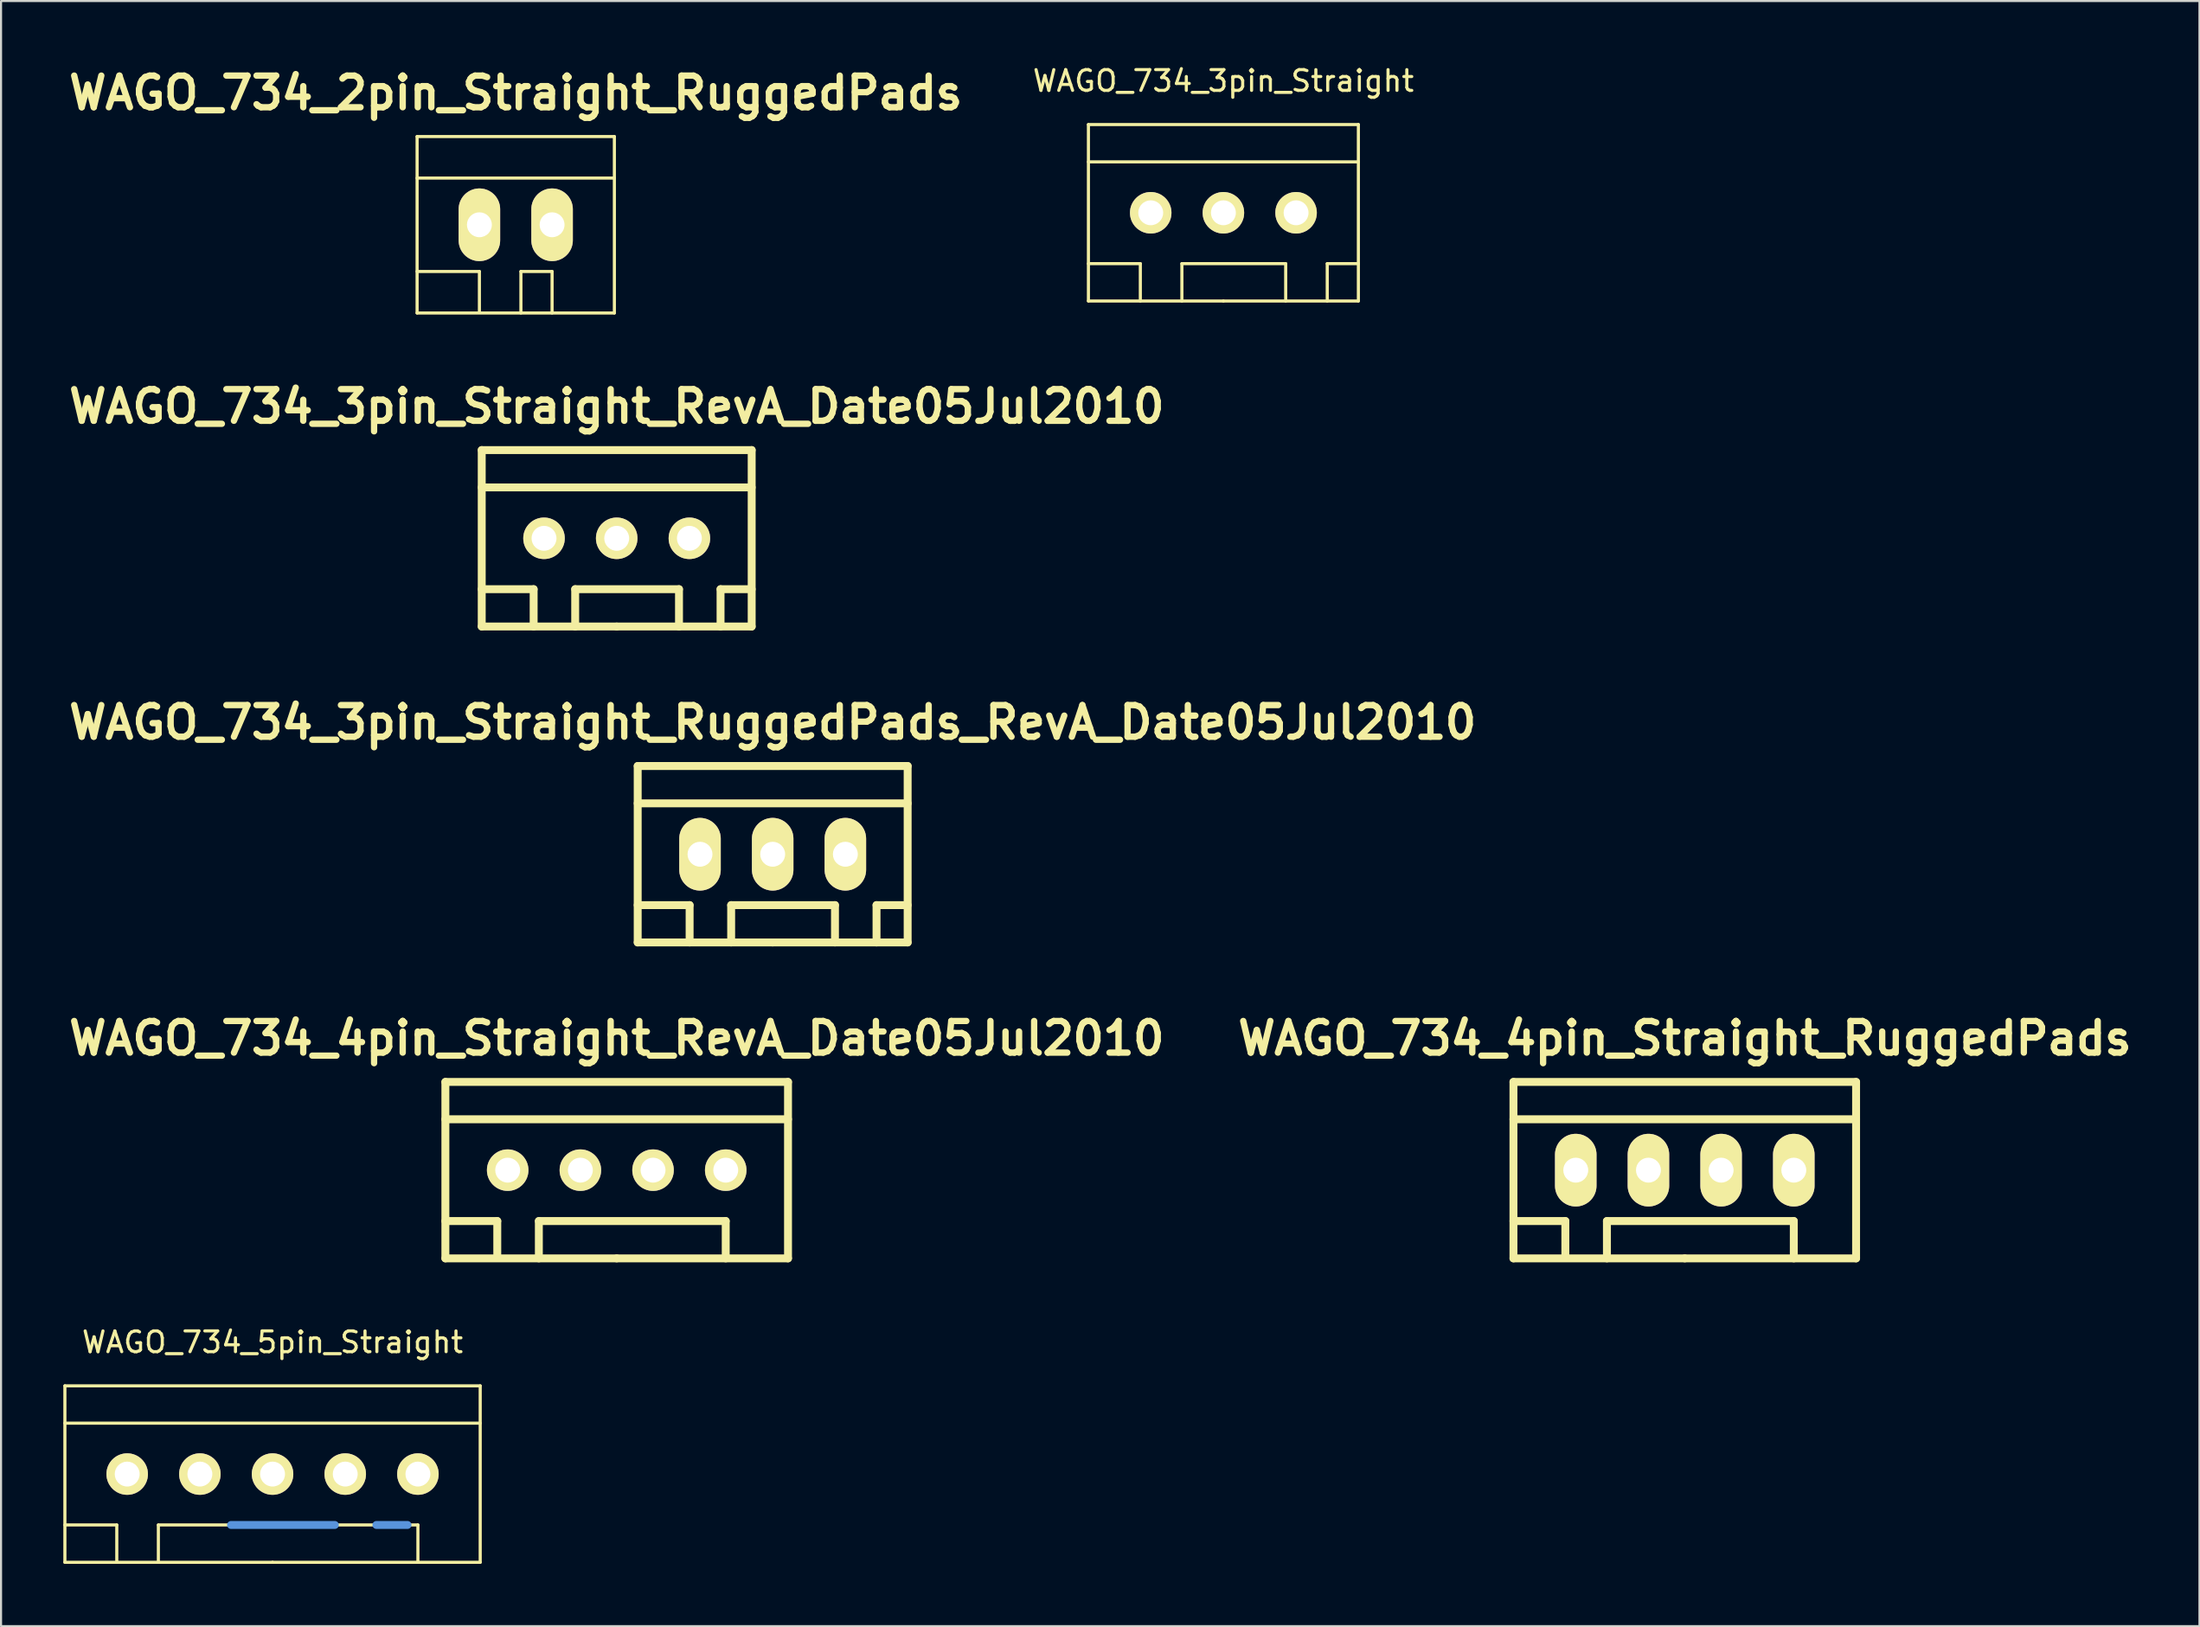
<source format=kicad_pcb>
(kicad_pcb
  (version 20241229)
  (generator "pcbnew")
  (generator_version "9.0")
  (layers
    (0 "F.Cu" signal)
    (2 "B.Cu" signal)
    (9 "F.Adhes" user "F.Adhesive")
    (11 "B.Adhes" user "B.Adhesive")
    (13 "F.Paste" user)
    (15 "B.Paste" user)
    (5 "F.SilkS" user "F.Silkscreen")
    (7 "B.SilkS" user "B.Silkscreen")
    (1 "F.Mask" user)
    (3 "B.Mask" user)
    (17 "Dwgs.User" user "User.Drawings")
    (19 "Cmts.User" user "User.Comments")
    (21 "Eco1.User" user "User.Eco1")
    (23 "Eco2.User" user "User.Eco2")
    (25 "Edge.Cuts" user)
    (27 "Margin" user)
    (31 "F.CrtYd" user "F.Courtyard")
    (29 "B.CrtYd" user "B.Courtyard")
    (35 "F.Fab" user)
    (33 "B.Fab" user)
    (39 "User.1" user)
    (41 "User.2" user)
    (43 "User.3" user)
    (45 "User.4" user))
  (footprint "WAGO_734_3pin_Straight_RuggedPads_RevA_Date05Jul2010"
    (layer "F.Cu")
    (at 34.159 38.094)
    (property "Reference" "WAGO_734_3pin_Straight_RuggedPads_RevA_Date05Jul2010" (at 0 -6.35 0) (layer "F.SilkS") (effects (font (size 1.524 1.524) (thickness 0.305))))
    (attr through_hole)
    (fp_line (start -6.5 -4.249) (end 6.5 -4.249) (stroke (width 0.381) (type solid)) (layer "F.SilkS"))
    (fp_line (start -6.5 -2.451) (end 6.5 -2.451) (stroke (width 0.381) (type solid)) (layer "F.SilkS"))
    (fp_line (start -6.5 2.451) (end -4 2.451) (stroke (width 0.381) (type solid)) (layer "F.SilkS"))
    (fp_line (start -6.5 4.249) (end -6.5 -4.249) (stroke (width 0.381) (type solid)) (layer "F.SilkS"))
    (fp_line (start -4 2.451) (end -4 4.249) (stroke (width 0.381) (type solid)) (layer "F.SilkS"))
    (fp_line (start -1.999 2.451) (end 3 2.451) (stroke (width 0.381) (type solid)) (layer "F.SilkS"))
    (fp_line (start -1.999 4.249) (end -1.999 2.451) (stroke (width 0.381) (type solid)) (layer "F.SilkS"))
    (fp_line (start 0 4.249) (end -6.5 4.249) (stroke (width 0.381) (type solid)) (layer "F.SilkS"))
    (fp_line (start 3 2.451) (end 3 4.249) (stroke (width 0.381) (type solid)) (layer "F.SilkS"))
    (fp_line (start 5.001 2.451) (end 6.5 2.451) (stroke (width 0.381) (type solid)) (layer "F.SilkS"))
    (fp_line (start 5.001 4.249) (end 5.001 2.451) (stroke (width 0.381) (type solid)) (layer "F.SilkS"))
    (fp_line (start 6.5 -4.249) (end 6.5 4.249) (stroke (width 0.381) (type solid)) (layer "F.SilkS"))
    (fp_line (start 6.5 4.249) (end 0 4.249) (stroke (width 0.381) (type solid)) (layer "F.SilkS"))
    (pad "1" thru_hole oval (at -3.5 0) (size 1.999 3.5) (drill 1.199) (layers "*.Cu" "*.Mask" "F.SilkS"))
    (pad "2" thru_hole oval (at 0 0) (size 1.999 3.5) (drill 1.199) (layers "*.Cu" "*.Mask" "F.SilkS"))
    (pad "3" thru_hole oval (at 3.5 0) (size 1.999 3.5) (drill 1.199) (layers "*.Cu" "*.Mask" "F.SilkS")))
  (footprint "WAGO_734_3pin_Straight"
    (layer "F.Cu")
    (at 55.864 7.198)
    (property "Reference" "WAGO_734_3pin_Straight" (at 0 -6.35 0) (layer "F.SilkS") (effects (font (size 1 1) (thickness 0.15))))
    (attr through_hole)
    (fp_line (start -6.5 -4.249) (end 6.5 -4.249) (stroke (width 0.15) (type solid)) (layer "F.SilkS"))
    (fp_line (start -6.5 -2.451) (end 6.5 -2.451) (stroke (width 0.15) (type solid)) (layer "F.SilkS"))
    (fp_line (start -6.5 2.451) (end -4 2.451) (stroke (width 0.15) (type solid)) (layer "F.SilkS"))
    (fp_line (start -6.5 4.249) (end -6.5 -4.249) (stroke (width 0.15) (type solid)) (layer "F.SilkS"))
    (fp_line (start -4 2.451) (end -4 4.249) (stroke (width 0.15) (type solid)) (layer "F.SilkS"))
    (fp_line (start -1.999 2.451) (end 3 2.451) (stroke (width 0.15) (type solid)) (layer "F.SilkS"))
    (fp_line (start -1.999 4.249) (end -1.999 2.451) (stroke (width 0.15) (type solid)) (layer "F.SilkS"))
    (fp_line (start 0 4.249) (end -6.5 4.249) (stroke (width 0.15) (type solid)) (layer "F.SilkS"))
    (fp_line (start 3 2.451) (end 3 4.249) (stroke (width 0.15) (type solid)) (layer "F.SilkS"))
    (fp_line (start 5.001 2.451) (end 6.5 2.451) (stroke (width 0.15) (type solid)) (layer "F.SilkS"))
    (fp_line (start 5.001 4.249) (end 5.001 2.451) (stroke (width 0.15) (type solid)) (layer "F.SilkS"))
    (fp_line (start 6.5 -4.249) (end 6.5 4.249) (stroke (width 0.15) (type solid)) (layer "F.SilkS"))
    (fp_line (start 6.5 4.249) (end 0 4.249) (stroke (width 0.15) (type solid)) (layer "F.SilkS"))
    (pad "1" thru_hole circle (at -3.5 0) (size 1.999 1.999) (drill 1.199) (layers "*.Cu" "*.Mask" "F.SilkS"))
    (pad "2" thru_hole circle (at 0 0) (size 1.999 1.999) (drill 1.199) (layers "*.Cu" "*.Mask" "F.SilkS"))
    (pad "3" thru_hole circle (at 3.5 0) (size 1.999 1.999) (drill 1.199) (layers "*.Cu" "*.Mask" "F.SilkS")))
  (footprint "WAGO_734_2pin_Straight_RuggedPads"
    (layer "F.Cu")
    (at 21.786 7.776)
    (property "Reference" "WAGO_734_2pin_Straight_RuggedPads" (at 0 -6.35 0) (layer "F.SilkS") (effects (font (size 1.524 1.524) (thickness 0.305))))
    (attr through_hole)
    (fp_line (start -4.75 -4.249) (end -4.75 4.249) (stroke (width 0.15) (type solid)) (layer "F.SilkS"))
    (fp_line (start -4.75 -2.25) (end 4.75 -2.25) (stroke (width 0.15) (type solid)) (layer "F.SilkS"))
    (fp_line (start -4.75 2.25) (end -1.75 2.25) (stroke (width 0.15) (type solid)) (layer "F.SilkS"))
    (fp_line (start -4.75 4.249) (end 4.75 4.249) (stroke (width 0.15) (type solid)) (layer "F.SilkS"))
    (fp_line (start -1.75 2.25) (end -1.75 4.201) (stroke (width 0.15) (type solid)) (layer "F.SilkS"))
    (fp_line (start 0.249 2.25) (end 1.75 2.25) (stroke (width 0.15) (type solid)) (layer "F.SilkS"))
    (fp_line (start 0.249 4.249) (end 0.249 2.25) (stroke (width 0.15) (type solid)) (layer "F.SilkS"))
    (fp_line (start 1.75 2.25) (end 1.75 4.249) (stroke (width 0.15) (type solid)) (layer "F.SilkS"))
    (fp_line (start 4.75 -4.249) (end -4.75 -4.249) (stroke (width 0.15) (type solid)) (layer "F.SilkS"))
    (fp_line (start 4.75 4.249) (end 4.75 -4.249) (stroke (width 0.15) (type solid)) (layer "F.SilkS"))
    (pad "1" thru_hole oval (at -1.75 0) (size 1.999 3.5) (drill 1.199) (layers "*.Cu" "*.Mask" "F.SilkS"))
    (pad "2" thru_hole oval (at 1.75 0) (size 1.999 3.5) (drill 1.199) (layers "*.Cu" "*.Mask" "F.SilkS")))
  (footprint "WAGO_734_4pin_Straight_RevA_Date05Jul2010"
    (layer "F.Cu")
    (at 26.648 53.31)
    (property "Reference" "WAGO_734_4pin_Straight_RevA_Date05Jul2010" (at 0 -6.35 0) (layer "F.SilkS") (effects (font (size 1.524 1.524) (thickness 0.305))))
    (attr through_hole)
    (fp_line (start -8.25 -4.249) (end 8.25 -4.249) (stroke (width 0.381) (type solid)) (layer "F.SilkS"))
    (fp_line (start -8.25 -2.451) (end 8.25 -2.451) (stroke (width 0.381) (type solid)) (layer "F.SilkS"))
    (fp_line (start -8.25 2.451) (end -5.751 2.451) (stroke (width 0.381) (type solid)) (layer "F.SilkS"))
    (fp_line (start -8.25 4.249) (end -8.25 -4.249) (stroke (width 0.381) (type solid)) (layer "F.SilkS"))
    (fp_line (start -5.751 2.451) (end -5.751 4.201) (stroke (width 0.381) (type solid)) (layer "F.SilkS"))
    (fp_line (start -3.749 4.249) (end -3.749 2.451) (stroke (width 0.381) (type solid)) (layer "F.SilkS"))
    (fp_line (start 0 4.249) (end -8.25 4.249) (stroke (width 0.381) (type solid)) (layer "F.SilkS"))
    (fp_line (start 5.25 2.451) (end -3.749 2.451) (stroke (width 0.381) (type solid)) (layer "F.SilkS"))
    (fp_line (start 5.25 4.249) (end 5.25 2.451) (stroke (width 0.381) (type solid)) (layer "F.SilkS"))
    (fp_line (start 8.25 -4.249) (end 8.25 4.249) (stroke (width 0.381) (type solid)) (layer "F.SilkS"))
    (fp_line (start 8.25 4.249) (end 0 4.249) (stroke (width 0.381) (type solid)) (layer "F.SilkS"))
    (pad "1" thru_hole circle (at -5.25 0) (size 1.999 1.999) (drill 1.199) (layers "*.Cu" "*.Mask" "F.SilkS"))
    (pad "2" thru_hole circle (at -1.75 0) (size 1.999 1.999) (drill 1.199) (layers "*.Cu" "*.Mask" "F.SilkS"))
    (pad "3" thru_hole circle (at 1.75 0) (size 1.999 1.999) (drill 1.199) (layers "*.Cu" "*.Mask" "F.SilkS"))
    (pad "4" thru_hole circle (at 5.25 0) (size 1.999 1.999) (drill 1.199) (layers "*.Cu" "*.Mask" "F.SilkS")))
  (footprint "WAGO_734_3pin_Straight_RevA_Date05Jul2010"
    (layer "F.Cu")
    (at 26.648 22.877)
    (property "Reference" "WAGO_734_3pin_Straight_RevA_Date05Jul2010" (at 0 -6.35 0) (layer "F.SilkS") (effects (font (size 1.524 1.524) (thickness 0.305))))
    (attr through_hole)
    (fp_line (start -6.5 -4.249) (end 6.5 -4.249) (stroke (width 0.381) (type solid)) (layer "F.SilkS"))
    (fp_line (start -6.5 -2.451) (end 6.5 -2.451) (stroke (width 0.381) (type solid)) (layer "F.SilkS"))
    (fp_line (start -6.5 2.451) (end -4 2.451) (stroke (width 0.381) (type solid)) (layer "F.SilkS"))
    (fp_line (start -6.5 4.249) (end -6.5 -4.249) (stroke (width 0.381) (type solid)) (layer "F.SilkS"))
    (fp_line (start -4 2.451) (end -4 4.249) (stroke (width 0.381) (type solid)) (layer "F.SilkS"))
    (fp_line (start -1.999 2.451) (end 3 2.451) (stroke (width 0.381) (type solid)) (layer "F.SilkS"))
    (fp_line (start -1.999 4.249) (end -1.999 2.451) (stroke (width 0.381) (type solid)) (layer "F.SilkS"))
    (fp_line (start 0 4.249) (end -6.5 4.249) (stroke (width 0.381) (type solid)) (layer "F.SilkS"))
    (fp_line (start 3 2.451) (end 3 4.249) (stroke (width 0.381) (type solid)) (layer "F.SilkS"))
    (fp_line (start 5.001 2.451) (end 6.5 2.451) (stroke (width 0.381) (type solid)) (layer "F.SilkS"))
    (fp_line (start 5.001 4.249) (end 5.001 2.451) (stroke (width 0.381) (type solid)) (layer "F.SilkS"))
    (fp_line (start 6.5 -4.249) (end 6.5 4.249) (stroke (width 0.381) (type solid)) (layer "F.SilkS"))
    (fp_line (start 6.5 4.249) (end 0 4.249) (stroke (width 0.381) (type solid)) (layer "F.SilkS"))
    (pad "1" thru_hole circle (at -3.5 0) (size 1.999 1.999) (drill 1.199) (layers "*.Cu" "*.Mask" "F.SilkS"))
    (pad "2" thru_hole circle (at 0 0) (size 1.999 1.999) (drill 1.199) (layers "*.Cu" "*.Mask" "F.SilkS"))
    (pad "3" thru_hole circle (at 3.5 0) (size 1.999 1.999) (drill 1.199) (layers "*.Cu" "*.Mask" "F.SilkS")))
  (footprint "WAGO_734_4pin_Straight_RuggedPads"
    (layer "F.Cu")
    (at 78.082 53.31)
    (property "Reference" "WAGO_734_4pin_Straight_RuggedPads" (at 0 -6.35 0) (layer "F.SilkS") (effects (font (size 1.524 1.524) (thickness 0.305))))
    (attr through_hole)
    (fp_line (start -8.25 -4.249) (end 8.25 -4.249) (stroke (width 0.381) (type solid)) (layer "F.SilkS"))
    (fp_line (start -8.25 -2.451) (end 8.25 -2.451) (stroke (width 0.381) (type solid)) (layer "F.SilkS"))
    (fp_line (start -8.25 2.451) (end -5.751 2.451) (stroke (width 0.381) (type solid)) (layer "F.SilkS"))
    (fp_line (start -8.25 4.249) (end -8.25 -4.249) (stroke (width 0.381) (type solid)) (layer "F.SilkS"))
    (fp_line (start -5.751 2.451) (end -5.751 4.201) (stroke (width 0.381) (type solid)) (layer "F.SilkS"))
    (fp_line (start -3.749 4.249) (end -3.749 2.451) (stroke (width 0.381) (type solid)) (layer "F.SilkS"))
    (fp_line (start 0 4.249) (end -8.25 4.249) (stroke (width 0.381) (type solid)) (layer "F.SilkS"))
    (fp_line (start 5.25 2.451) (end -3.749 2.451) (stroke (width 0.381) (type solid)) (layer "F.SilkS"))
    (fp_line (start 5.25 4.249) (end 5.25 2.451) (stroke (width 0.381) (type solid)) (layer "F.SilkS"))
    (fp_line (start 8.25 -4.249) (end 8.25 4.249) (stroke (width 0.381) (type solid)) (layer "F.SilkS"))
    (fp_line (start 8.25 4.249) (end 0 4.249) (stroke (width 0.381) (type solid)) (layer "F.SilkS"))
    (pad "1" thru_hole oval (at -5.25 0) (size 1.999 3.5) (drill 1.199) (layers "*.Cu" "*.Mask" "F.SilkS"))
    (pad "2" thru_hole oval (at -1.75 0) (size 1.999 3.5) (drill 1.199) (layers "*.Cu" "*.Mask" "F.SilkS"))
    (pad "3" thru_hole oval (at 1.75 0) (size 1.999 3.5) (drill 1.199) (layers "*.Cu" "*.Mask" "F.SilkS"))
    (pad "4" thru_hole oval (at 5.25 0) (size 1.999 3.5) (drill 1.199) (layers "*.Cu" "*.Mask" "F.SilkS")))
  (footprint "WAGO_734_5pin_Straight"
    (layer "F.Cu")
    (at 10.075 67.948)
    (property "Reference" "WAGO_734_5pin_Straight" (at 0 -6.35 0) (layer "F.SilkS") (effects (font (size 1 1) (thickness 0.15))))
    (attr through_hole)
    (fp_line (start -10 -4.249) (end -10 4.249) (stroke (width 0.15) (type solid)) (layer "F.SilkS"))
    (fp_line (start -10 -2.451) (end 10 -2.451) (stroke (width 0.15) (type solid)) (layer "F.SilkS"))
    (fp_line (start -10 2.451) (end -7.501 2.451) (stroke (width 0.15) (type solid)) (layer "F.SilkS"))
    (fp_line (start -10 4.249) (end 0 4.249) (stroke (width 0.15) (type solid)) (layer "F.SilkS"))
    (fp_line (start -7.501 2.451) (end -7.501 4.249) (stroke (width 0.15) (type solid)) (layer "F.SilkS"))
    (fp_line (start -5.499 4.249) (end -5.499 2.451) (stroke (width 0.15) (type solid)) (layer "F.SilkS"))
    (fp_line (start 0 4.249) (end 10 4.249) (stroke (width 0.15) (type solid)) (layer "F.SilkS"))
    (fp_line (start 7 2.451) (end -5.499 2.451) (stroke (width 0.15) (type solid)) (layer "F.SilkS"))
    (fp_line (start 7 4.249) (end 7 2.451) (stroke (width 0.15) (type solid)) (layer "F.SilkS"))
    (fp_line (start 10 -4.249) (end -10 -4.249) (stroke (width 0.15) (type solid)) (layer "F.SilkS"))
    (fp_line (start 10 4.249) (end 10 -4.249) (stroke (width 0.15) (type solid)) (layer "F.SilkS"))
    (fp_line (start -1.999 2.451) (end 3 2.451) (stroke (width 0.381) (type solid)) (layer "Cmts.User"))
    (fp_line (start 5.001 2.451) (end 6.5 2.451) (stroke (width 0.381) (type solid)) (layer "Cmts.User"))
    (pad "1" thru_hole circle (at -7 0) (size 1.999 1.999) (drill 1.199) (layers "*.Cu" "*.Mask" "F.SilkS"))
    (pad "2" thru_hole circle (at -3.5 0) (size 1.999 1.999) (drill 1.199) (layers "*.Cu" "*.Mask" "F.SilkS"))
    (pad "3" thru_hole circle (at 0 0) (size 1.999 1.999) (drill 1.199) (layers "*.Cu" "*.Mask" "F.SilkS"))
    (pad "4" thru_hole circle (at 3.5 0) (size 1.999 1.999) (drill 1.199) (layers "*.Cu" "*.Mask" "F.SilkS"))
    (pad "5" thru_hole circle (at 7 0) (size 1.999 1.999) (drill 1.199) (layers "*.Cu" "*.Mask" "F.SilkS")))
  (gr_rect
    (start -3 -3)
    (end 102.868 75.273)
    (stroke (width 0.1) (type default))
    (fill no)
    (layer "Edge.Cuts")))
</source>
